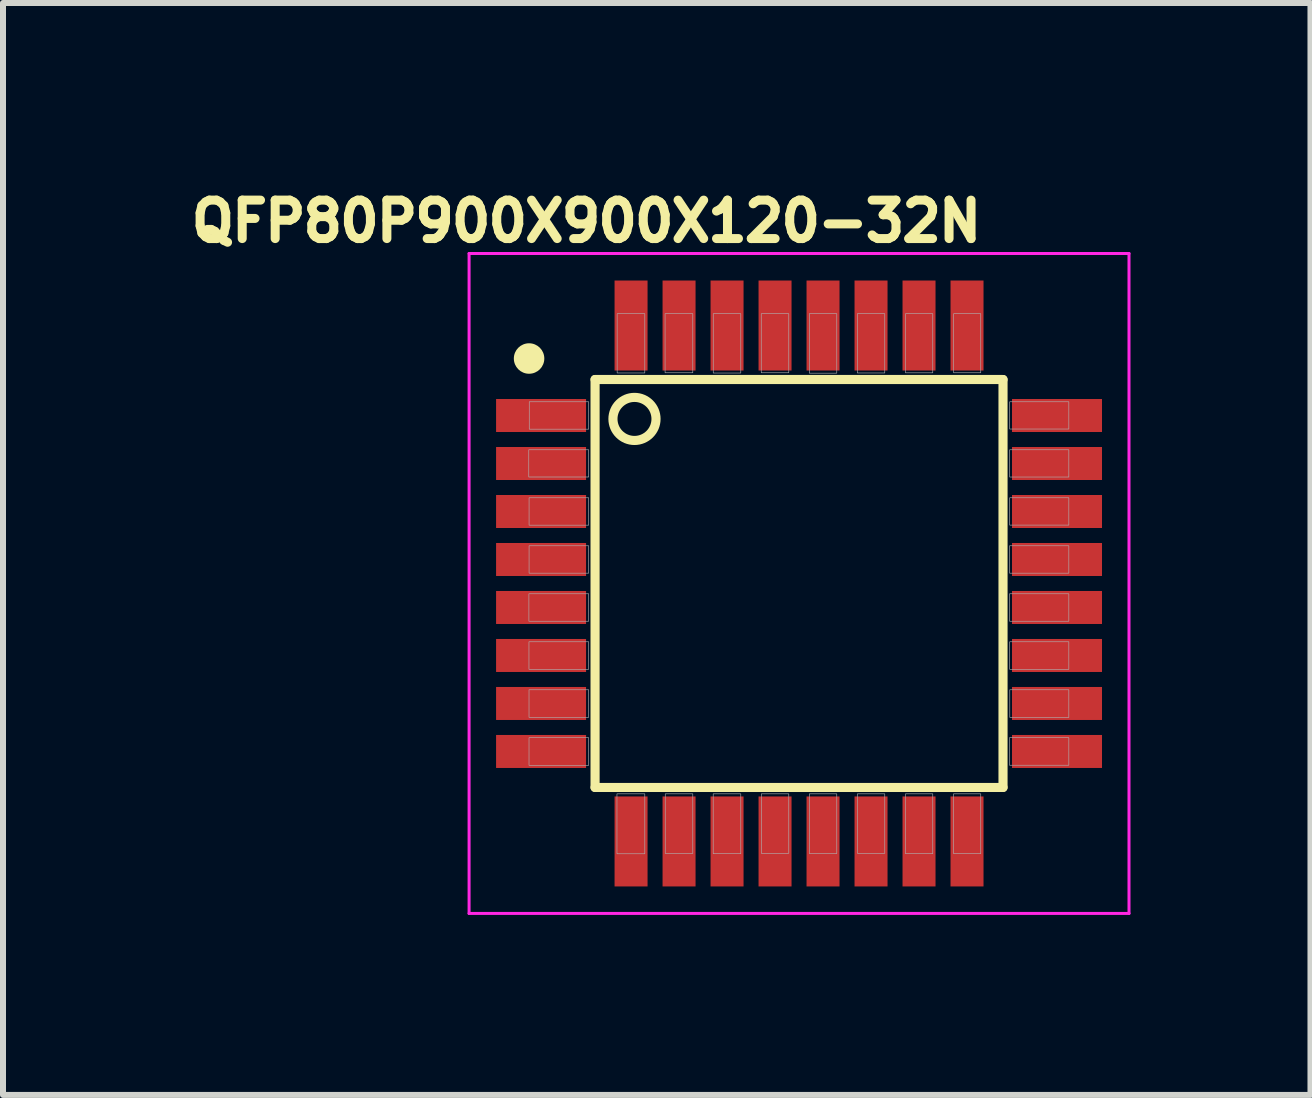
<source format=kicad_pcb>
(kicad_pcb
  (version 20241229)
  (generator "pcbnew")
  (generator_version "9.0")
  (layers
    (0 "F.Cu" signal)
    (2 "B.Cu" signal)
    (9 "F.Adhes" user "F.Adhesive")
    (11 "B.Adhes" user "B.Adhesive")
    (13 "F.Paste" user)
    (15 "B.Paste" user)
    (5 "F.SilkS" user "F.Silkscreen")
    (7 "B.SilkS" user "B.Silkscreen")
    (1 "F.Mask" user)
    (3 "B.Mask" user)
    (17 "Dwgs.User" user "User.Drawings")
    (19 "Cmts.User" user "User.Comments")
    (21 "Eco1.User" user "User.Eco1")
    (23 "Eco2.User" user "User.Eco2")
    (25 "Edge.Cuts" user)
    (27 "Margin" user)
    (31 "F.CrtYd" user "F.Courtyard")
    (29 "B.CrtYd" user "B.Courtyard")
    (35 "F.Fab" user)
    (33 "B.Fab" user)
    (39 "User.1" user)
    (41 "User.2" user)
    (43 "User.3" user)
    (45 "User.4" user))
  (footprint "QFP80P900X900X120-32N"
    (layer "F.Cu")
    (at 10.269 6.676)
    (property "Reference" "QFP80P900X900X120-32N" (at -3.543 -6.038 0) (layer "F.SilkS") (effects (font (size 0.641 0.641) (thickness 0.15))))
    (attr smd)
    (fp_line (start -3.4 -3.4) (end 3.4 -3.4) (stroke (width 0.152) (type solid)) (layer "F.SilkS"))
    (fp_line (start -3.4 3.4) (end -3.4 -3.4) (stroke (width 0.152) (type solid)) (layer "F.SilkS"))
    (fp_line (start 3.4 -3.4) (end 3.4 3.4) (stroke (width 0.152) (type solid)) (layer "F.SilkS"))
    (fp_line (start 3.4 3.4) (end -3.4 3.4) (stroke (width 0.152) (type solid)) (layer "F.SilkS"))
    (fp_circle (center -4.5 -3.75) (end -4.246 -3.75) (stroke (width 0) (type solid)) (fill yes) (layer "F.SilkS"))
    (fp_circle (center -2.743 -2.743) (end -2.384 -2.743) (stroke (width 0.152) (type solid)) (fill no) (layer "F.SilkS"))
    (fp_line (start -5.5 -5.5) (end -5.5 5.5) (stroke (width 0.05) (type solid)) (layer "F.CrtYd"))
    (fp_line (start -5.5 5.5) (end 5.5 5.5) (stroke (width 0.05) (type solid)) (layer "F.CrtYd"))
    (fp_line (start 5.5 -5.5) (end -5.5 -5.5) (stroke (width 0.05) (type solid)) (layer "F.CrtYd"))
    (fp_line (start 5.5 5.5) (end 5.5 -5.5) (stroke (width 0.05) (type solid)) (layer "F.CrtYd"))
    (fp_poly (pts (xy -4.505 -2.229) (xy -3.506 -2.229) (xy -3.506 -1.775) (xy -4.505 -1.775)) (stroke (width 0.01) (type solid)) (fill no) (layer "F.Fab"))
    (fp_poly (pts (xy -4.503 0.171) (xy -3.506 0.171) (xy -3.506 0.629) (xy -4.503 0.629)) (stroke (width 0.01) (type solid)) (fill no) (layer "F.Fab"))
    (fp_poly (pts (xy -4.502 0.971) (xy -3.506 0.971) (xy -3.506 1.43) (xy -4.502 1.43)) (stroke (width 0.01) (type solid)) (fill no) (layer "F.Fab"))
    (fp_poly (pts (xy -4.501 1.771) (xy -3.506 1.771) (xy -3.506 2.231) (xy -4.501 2.231)) (stroke (width 0.01) (type solid)) (fill no) (layer "F.Fab"))
    (fp_poly (pts (xy -4.501 2.571) (xy -3.506 2.571) (xy -3.506 3.032) (xy -4.501 3.032)) (stroke (width 0.01) (type solid)) (fill no) (layer "F.Fab"))
    (fp_poly (pts (xy -4.5 -0.629) (xy -3.506 -0.629) (xy -3.506 -0.172) (xy -4.5 -0.172)) (stroke (width 0.01) (type solid)) (fill no) (layer "F.Fab"))
    (fp_poly (pts (xy -4.5 -1.429) (xy -3.506 -1.429) (xy -3.506 -0.972) (xy -4.5 -0.972)) (stroke (width 0.01) (type solid)) (fill no) (layer "F.Fab"))
    (fp_poly (pts (xy -4.497 -3.029) (xy -3.506 -3.029) (xy -3.506 -2.572) (xy -4.497 -2.572)) (stroke (width 0.01) (type solid)) (fill no) (layer "F.Fab"))
    (fp_poly (pts (xy -3.035 3.506) (xy -2.571 3.506) (xy -2.571 4.505) (xy -3.035 4.505)) (stroke (width 0.01) (type solid)) (fill no) (layer "F.Fab"))
    (fp_poly (pts (xy -3.032 -4.497) (xy -2.571 -4.497) (xy -2.571 -3.509) (xy -3.032 -3.509)) (stroke (width 0.01) (type solid)) (fill no) (layer "F.Fab"))
    (fp_poly (pts (xy -2.233 -4.497) (xy -1.771 -4.497) (xy -1.771 -3.512) (xy -2.233 -3.512)) (stroke (width 0.01) (type solid)) (fill no) (layer "F.Fab"))
    (fp_poly (pts (xy -2.23 3.506) (xy -1.771 3.506) (xy -1.771 4.5) (xy -2.23 4.5)) (stroke (width 0.01) (type solid)) (fill no) (layer "F.Fab"))
    (fp_poly (pts (xy -1.431 3.506) (xy -0.971 3.506) (xy -0.971 4.504) (xy -1.431 4.504)) (stroke (width 0.01) (type solid)) (fill no) (layer "F.Fab"))
    (fp_poly (pts (xy -1.43 -4.497) (xy -0.971 -4.497) (xy -0.971 -3.508) (xy -1.43 -3.508)) (stroke (width 0.01) (type solid)) (fill no) (layer "F.Fab"))
    (fp_poly (pts (xy -0.63 -4.497) (xy -0.171 -4.497) (xy -0.171 -3.513) (xy -0.63 -3.513)) (stroke (width 0.01) (type solid)) (fill no) (layer "F.Fab"))
    (fp_poly (pts (xy -0.629 3.506) (xy -0.171 3.506) (xy -0.171 4.498) (xy -0.629 4.498)) (stroke (width 0.01) (type solid)) (fill no) (layer "F.Fab"))
    (fp_poly (pts (xy 0.171 -4.497) (xy 0.629 -4.497) (xy 0.629 -3.506) (xy 0.171 -3.506)) (stroke (width 0.01) (type solid)) (fill no) (layer "F.Fab"))
    (fp_poly (pts (xy 0.172 3.506) (xy 0.629 3.506) (xy 0.629 4.502) (xy 0.172 4.502)) (stroke (width 0.01) (type solid)) (fill no) (layer "F.Fab"))
    (fp_poly (pts (xy 0.972 3.506) (xy 1.429 3.506) (xy 1.429 4.498) (xy 0.972 4.498)) (stroke (width 0.01) (type solid)) (fill no) (layer "F.Fab"))
    (fp_poly (pts (xy 0.972 -4.497) (xy 1.429 -4.497) (xy 1.429 -3.509) (xy 0.972 -3.509)) (stroke (width 0.01) (type solid)) (fill no) (layer "F.Fab"))
    (fp_poly (pts (xy 1.774 -4.497) (xy 2.229 -4.497) (xy 2.229 -3.511) (xy 1.774 -3.511)) (stroke (width 0.01) (type solid)) (fill no) (layer "F.Fab"))
    (fp_poly (pts (xy 1.774 3.506) (xy 2.229 3.506) (xy 2.229 4.504) (xy 1.774 4.504)) (stroke (width 0.01) (type solid)) (fill no) (layer "F.Fab"))
    (fp_poly (pts (xy 2.575 3.506) (xy 3.029 3.506) (xy 3.029 4.503) (xy 2.575 4.503)) (stroke (width 0.01) (type solid)) (fill no) (layer "F.Fab"))
    (fp_poly (pts (xy 2.576 -4.497) (xy 3.029 -4.497) (xy 3.029 -3.513) (xy 2.576 -3.513)) (stroke (width 0.01) (type solid)) (fill no) (layer "F.Fab"))
    (fp_poly (pts (xy 3.507 2.571) (xy 4.497 2.571) (xy 4.497 3.029) (xy 3.507 3.029)) (stroke (width 0.01) (type solid)) (fill no) (layer "F.Fab"))
    (fp_poly (pts (xy 3.509 -0.629) (xy 4.497 -0.629) (xy 4.497 -0.172) (xy 3.509 -0.172)) (stroke (width 0.01) (type solid)) (fill no) (layer "F.Fab"))
    (fp_poly (pts (xy 3.509 0.171) (xy 4.497 0.171) (xy 4.497 0.629) (xy 3.509 0.629)) (stroke (width 0.01) (type solid)) (fill no) (layer "F.Fab"))
    (fp_poly (pts (xy 3.511 -2.229) (xy 4.497 -2.229) (xy 4.497 -1.774) (xy 3.511 -1.774)) (stroke (width 0.01) (type solid)) (fill no) (layer "F.Fab"))
    (fp_poly (pts (xy 3.511 -1.429) (xy 4.497 -1.429) (xy 4.497 -0.973) (xy 3.511 -0.973)) (stroke (width 0.01) (type solid)) (fill no) (layer "F.Fab"))
    (fp_poly (pts (xy 3.511 0.971) (xy 4.497 0.971) (xy 4.497 1.431) (xy 3.511 1.431)) (stroke (width 0.01) (type solid)) (fill no) (layer "F.Fab"))
    (fp_poly (pts (xy 3.511 -3.029) (xy 4.497 -3.029) (xy 4.497 -2.575) (xy 3.511 -2.575)) (stroke (width 0.01) (type solid)) (fill no) (layer "F.Fab"))
    (fp_poly (pts (xy 3.513 1.771) (xy 4.497 1.771) (xy 4.497 2.233) (xy 3.513 2.233)) (stroke (width 0.01) (type solid)) (fill no) (layer "F.Fab"))
    (pad "1" smd rect (at -4.3 -2.8) (size 1.5 0.55) (layers "F.Cu" "F.Mask" "F.Paste"))
    (pad "2" smd rect (at -4.3 -2) (size 1.5 0.55) (layers "F.Cu" "F.Mask" "F.Paste"))
    (pad "3" smd rect (at -4.3 -1.2) (size 1.5 0.55) (layers "F.Cu" "F.Mask" "F.Paste"))
    (pad "4" smd rect (at -4.3 -0.4) (size 1.5 0.55) (layers "F.Cu" "F.Mask" "F.Paste"))
    (pad "5" smd rect (at -4.3 0.4) (size 1.5 0.55) (layers "F.Cu" "F.Mask" "F.Paste"))
    (pad "6" smd rect (at -4.3 1.2) (size 1.5 0.55) (layers "F.Cu" "F.Mask" "F.Paste"))
    (pad "7" smd rect (at -4.3 2) (size 1.5 0.55) (layers "F.Cu" "F.Mask" "F.Paste"))
    (pad "8" smd rect (at -4.3 2.8) (size 1.5 0.55) (layers "F.Cu" "F.Mask" "F.Paste"))
    (pad "9" smd rect (at -2.8 4.3) (size 0.55 1.5) (layers "F.Cu" "F.Mask" "F.Paste"))
    (pad "10" smd rect (at -2 4.3) (size 0.55 1.5) (layers "F.Cu" "F.Mask" "F.Paste"))
    (pad "11" smd rect (at -1.2 4.3) (size 0.55 1.5) (layers "F.Cu" "F.Mask" "F.Paste"))
    (pad "12" smd rect (at -0.4 4.3) (size 0.55 1.5) (layers "F.Cu" "F.Mask" "F.Paste"))
    (pad "13" smd rect (at 0.4 4.3) (size 0.55 1.5) (layers "F.Cu" "F.Mask" "F.Paste"))
    (pad "14" smd rect (at 1.2 4.3) (size 0.55 1.5) (layers "F.Cu" "F.Mask" "F.Paste"))
    (pad "15" smd rect (at 2 4.3) (size 0.55 1.5) (layers "F.Cu" "F.Mask" "F.Paste"))
    (pad "16" smd rect (at 2.8 4.3) (size 0.55 1.5) (layers "F.Cu" "F.Mask" "F.Paste"))
    (pad "17" smd rect (at 4.3 2.8) (size 1.5 0.55) (layers "F.Cu" "F.Mask" "F.Paste"))
    (pad "18" smd rect (at 4.3 2) (size 1.5 0.55) (layers "F.Cu" "F.Mask" "F.Paste"))
    (pad "19" smd rect (at 4.3 1.2) (size 1.5 0.55) (layers "F.Cu" "F.Mask" "F.Paste"))
    (pad "20" smd rect (at 4.3 0.4) (size 1.5 0.55) (layers "F.Cu" "F.Mask" "F.Paste"))
    (pad "21" smd rect (at 4.3 -0.4) (size 1.5 0.55) (layers "F.Cu" "F.Mask" "F.Paste"))
    (pad "22" smd rect (at 4.3 -1.2) (size 1.5 0.55) (layers "F.Cu" "F.Mask" "F.Paste"))
    (pad "23" smd rect (at 4.3 -2) (size 1.5 0.55) (layers "F.Cu" "F.Mask" "F.Paste"))
    (pad "24" smd rect (at 4.3 -2.8) (size 1.5 0.55) (layers "F.Cu" "F.Mask" "F.Paste"))
    (pad "25" smd rect (at 2.8 -4.3) (size 0.55 1.5) (layers "F.Cu" "F.Mask" "F.Paste"))
    (pad "26" smd rect (at 2 -4.3) (size 0.55 1.5) (layers "F.Cu" "F.Mask" "F.Paste"))
    (pad "27" smd rect (at 1.2 -4.3) (size 0.55 1.5) (layers "F.Cu" "F.Mask" "F.Paste"))
    (pad "28" smd rect (at 0.4 -4.3) (size 0.55 1.5) (layers "F.Cu" "F.Mask" "F.Paste"))
    (pad "29" smd rect (at -0.4 -4.3) (size 0.55 1.5) (layers "F.Cu" "F.Mask" "F.Paste"))
    (pad "30" smd rect (at -1.2 -4.3) (size 0.55 1.5) (layers "F.Cu" "F.Mask" "F.Paste"))
    (pad "31" smd rect (at -2 -4.3) (size 0.55 1.5) (layers "F.Cu" "F.Mask" "F.Paste"))
    (pad "32" smd rect (at -2.8 -4.3) (size 0.55 1.5) (layers "F.Cu" "F.Mask" "F.Paste")))
  (gr_rect
    (start -3 -3)
    (end 18.794 15.201)
    (stroke (width 0.1) (type default))
    (fill no)
    (layer "Edge.Cuts")))
</source>
